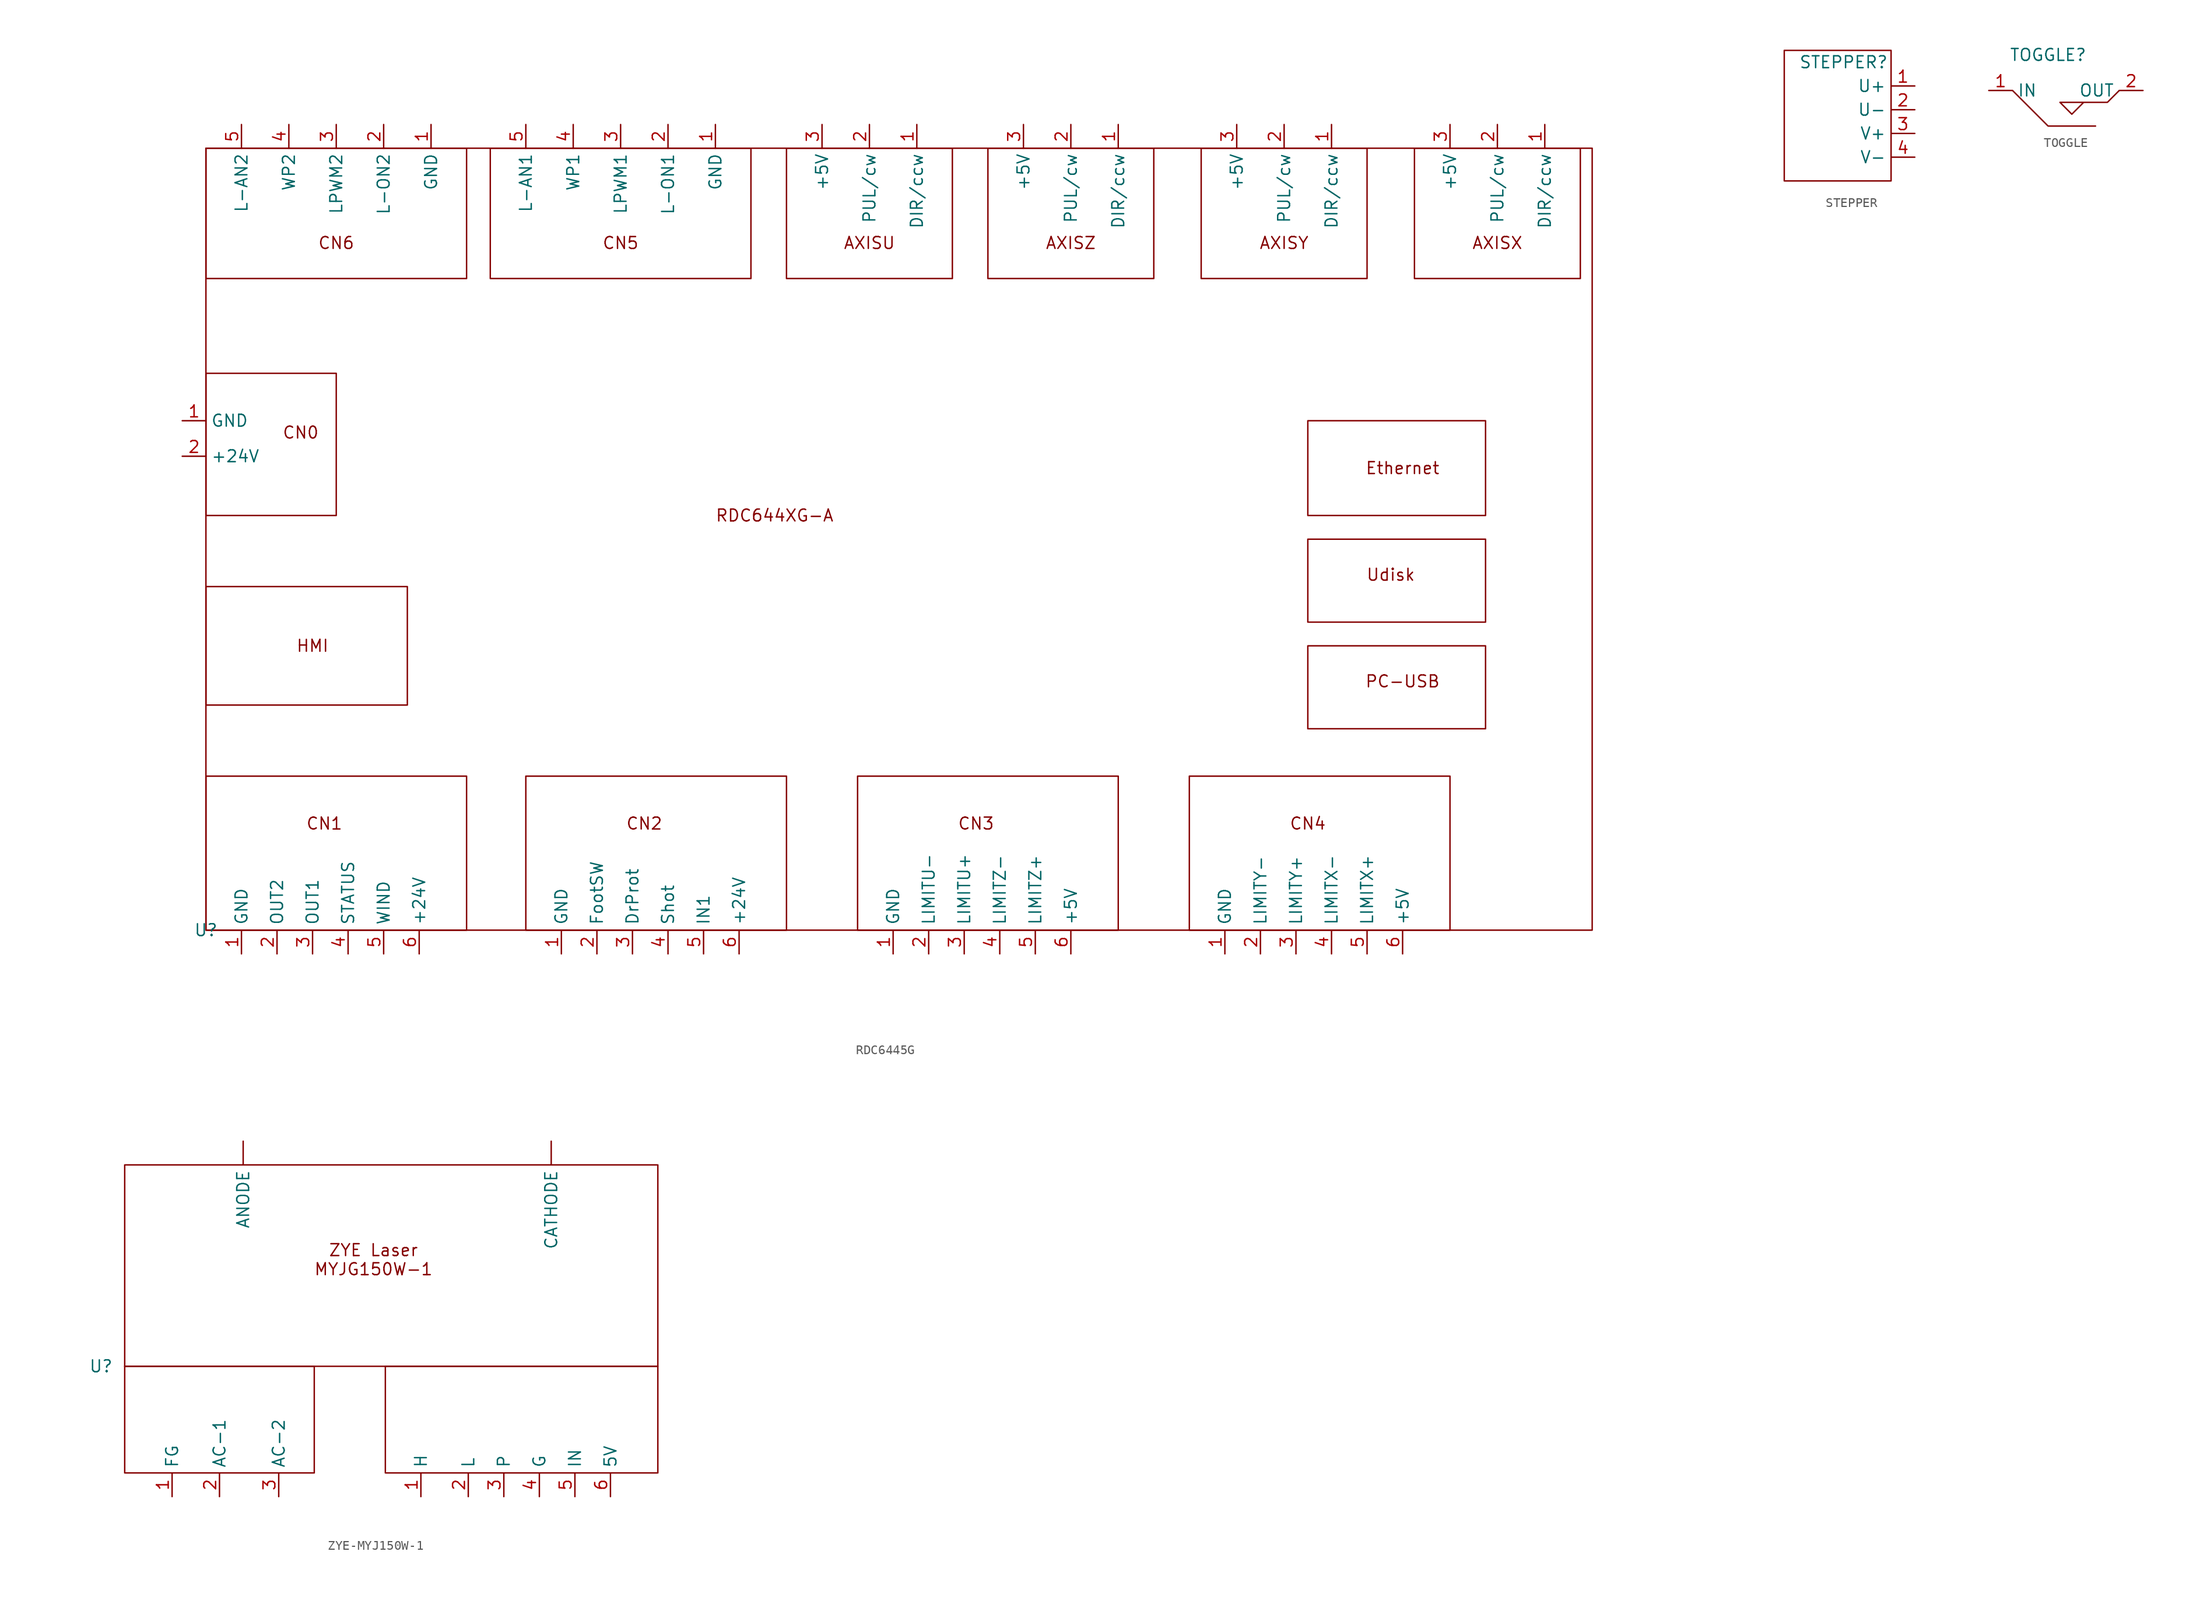
<source format=kicad_sym>
(kicad_symbol_lib
  (version 20220914)
  (generator kicad_symbol_editor)
  (symbol "RDC6445G"
    (property "Reference" "U"
      (at 0 0 0)
      (effects (font (size 1.27 1.27))))
    (property "Value" ""
      (at 0 0 0)
      (effects (font (size 1.27 1.27))))
    (symbol "RDC6445G_0_1"
      (rectangle (start 0 16.51) (end 27.94 0) (stroke (width 0) (type default)) (fill (type none)))
      (rectangle (start 0 36.83) (end 21.59 24.13) (stroke (width 0) (type default)) (fill (type none)))
      (rectangle (start 34.29 16.51) (end 62.23 0) (stroke (width 0) (type default)) (fill (type none)))
      (rectangle (start 69.85 16.51) (end 97.79 0) (stroke (width 0) (type default)) (fill (type none)))
      (rectangle (start 105.41 16.51) (end 133.35 0) (stroke (width 0) (type default)) (fill (type none))))
    (symbol "RDC6445G_1_1"
      (rectangle (start 0 59.69) (end 13.97 44.45) (stroke (width 0) (type default)) (fill (type none)))
      (rectangle (start 0 83.82) (end 27.94 69.85) (stroke (width 0) (type default)) (fill (type none)))
      (rectangle (start 0 83.82) (end 148.59 0) (stroke (width 0) (type default)) (fill (type none)))
      (rectangle (start 30.48 83.82) (end 58.42 69.85) (stroke (width 0) (type default)) (fill (type none)))
      (rectangle (start 62.23 83.82) (end 80.01 69.85) (stroke (width 0) (type default)) (fill (type none)))
      (rectangle (start 83.82 83.82) (end 101.6 69.85) (stroke (width 0) (type default)) (fill (type none)))
      (rectangle (start 106.68 83.82) (end 124.46 69.85) (stroke (width 0) (type default)) (fill (type none)))
      (rectangle (start 118.11 30.48) (end 137.16 21.59) (stroke (width 0) (type default)) (fill (type none)))
      (rectangle (start 118.11 41.91) (end 137.16 33.02) (stroke (width 0) (type default)) (fill (type none)))
      (rectangle (start 118.11 54.61) (end 137.16 44.45) (stroke (width 0) (type default)) (fill (type none)))
      (rectangle (start 129.54 83.82) (end 147.32 69.85) (stroke (width 0) (type default)) (fill (type none)))
      (text "AXISU" (at 71.12 73.66 0) (effects (font (size 1.27 1.27))))
      (text "AXISX" (at 138.43 73.66 0) (effects (font (size 1.27 1.27))))
      (text "AXISY" (at 115.57 73.66 0) (effects (font (size 1.27 1.27))))
      (text "AXISZ" (at 92.71 73.66 0) (effects (font (size 1.27 1.27))))
      (text "CN0" (at 10.16 53.34 0) (effects (font (size 1.27 1.27))))
      (text "CN1" (at 12.7 11.43 0) (effects (font (size 1.27 1.27))))
      (text "CN2" (at 46.99 11.43 0) (effects (font (size 1.27 1.27))))
      (text "CN3" (at 82.55 11.43 0) (effects (font (size 1.27 1.27))))
      (text "CN4" (at 118.11 11.43 0) (effects (font (size 1.27 1.27))))
      (text "CN5" (at 44.45 73.66 0) (effects (font (size 1.27 1.27))))
      (text "CN6" (at 13.97 73.66 0) (effects (font (size 1.27 1.27))))
      (text "Ethernet" (at 128.27 49.53 0) (effects (font (size 1.27 1.27))))
      (text "HMI" (at 11.43 30.48 0) (effects (font (size 1.27 1.27))))
      (text "PC-USB" (at 128.27 26.67 0) (effects (font (size 1.27 1.27))))
      (text "RDC644XG-A" (at 60.96 44.45 0) (effects (font (size 1.27 1.27))))
      (text "Udisk" (at 127 38.1 0) (effects (font (size 1.27 1.27))))
      (pin input line (at 76.2 86.36 270) (length 2.54) (name "DIR/ccw" (effects (font (size 1.27 1.27)))) (number "1" (effects (font (size 1.27 1.27)))))
      (pin input line (at 97.79 86.36 270) (length 2.54) (name "DIR/ccw" (effects (font (size 1.27 1.27)))) (number "1" (effects (font (size 1.27 1.27)))))
      (pin input line (at 120.65 86.36 270) (length 2.54) (name "DIR/ccw" (effects (font (size 1.27 1.27)))) (number "1" (effects (font (size 1.27 1.27)))))
      (pin input line (at 143.51 86.36 270) (length 2.54) (name "DIR/ccw" (effects (font (size 1.27 1.27)))) (number "1" (effects (font (size 1.27 1.27)))))
      (pin input line (at -2.54 54.61 0) (length 2.54) (name "GND" (effects (font (size 1.27 1.27)))) (number "1" (effects (font (size 1.27 1.27)))))
      (pin input line (at 3.81 -2.54 90) (length 2.54) (name "GND" (effects (font (size 1.27 1.27)))) (number "1" (effects (font (size 1.27 1.27)))))
      (pin input line (at 24.13 86.36 270) (length 2.54) (name "GND" (effects (font (size 1.27 1.27)))) (number "1" (effects (font (size 1.27 1.27)))))
      (pin input line (at 38.1 -2.54 90) (length 2.54) (name "GND" (effects (font (size 1.27 1.27)))) (number "1" (effects (font (size 1.27 1.27)))))
      (pin input line (at 54.61 86.36 270) (length 2.54) (name "GND" (effects (font (size 1.27 1.27)))) (number "1" (effects (font (size 1.27 1.27)))))
      (pin input line (at 73.66 -2.54 90) (length 2.54) (name "GND" (effects (font (size 1.27 1.27)))) (number "1" (effects (font (size 1.27 1.27)))))
      (pin input line (at 109.22 -2.54 90) (length 2.54) (name "GND" (effects (font (size 1.27 1.27)))) (number "1" (effects (font (size 1.27 1.27)))))
      (pin input line (at -2.54 50.8 0) (length 2.54) (name "+24V" (effects (font (size 1.27 1.27)))) (number "2" (effects (font (size 1.27 1.27)))))
      (pin input line (at 41.91 -2.54 90) (length 2.54) (name "FootSW" (effects (font (size 1.27 1.27)))) (number "2" (effects (font (size 1.27 1.27)))))
      (pin input line (at 49.53 86.36 270) (length 2.54) (name "L-ON1" (effects (font (size 1.27 1.27)))) (number "2" (effects (font (size 1.27 1.27)))))
      (pin input line (at 19.05 86.36 270) (length 2.54) (name "L-ON2" (effects (font (size 1.27 1.27)))) (number "2" (effects (font (size 1.27 1.27)))))
      (pin input line (at 77.47 -2.54 90) (length 2.54) (name "LIMITU-" (effects (font (size 1.27 1.27)))) (number "2" (effects (font (size 1.27 1.27)))))
      (pin input line (at 113.03 -2.54 90) (length 2.54) (name "LIMITY-" (effects (font (size 1.27 1.27)))) (number "2" (effects (font (size 1.27 1.27)))))
      (pin input line (at 7.62 -2.54 90) (length 2.54) (name "OUT2" (effects (font (size 1.27 1.27)))) (number "2" (effects (font (size 1.27 1.27)))))
      (pin input line (at 71.12 86.36 270) (length 2.54) (name "PUL/cw" (effects (font (size 1.27 1.27)))) (number "2" (effects (font (size 1.27 1.27)))))
      (pin input line (at 92.71 86.36 270) (length 2.54) (name "PUL/cw" (effects (font (size 1.27 1.27)))) (number "2" (effects (font (size 1.27 1.27)))))
      (pin input line (at 115.57 86.36 270) (length 2.54) (name "PUL/cw" (effects (font (size 1.27 1.27)))) (number "2" (effects (font (size 1.27 1.27)))))
      (pin input line (at 138.43 86.36 270) (length 2.54) (name "PUL/cw" (effects (font (size 1.27 1.27)))) (number "2" (effects (font (size 1.27 1.27)))))
      (pin input line (at 66.04 86.36 270) (length 2.54) (name "+5V" (effects (font (size 1.27 1.27)))) (number "3" (effects (font (size 1.27 1.27)))))
      (pin input line (at 87.63 86.36 270) (length 2.54) (name "+5V" (effects (font (size 1.27 1.27)))) (number "3" (effects (font (size 1.27 1.27)))))
      (pin input line (at 110.49 86.36 270) (length 2.54) (name "+5V" (effects (font (size 1.27 1.27)))) (number "3" (effects (font (size 1.27 1.27)))))
      (pin input line (at 133.35 86.36 270) (length 2.54) (name "+5V" (effects (font (size 1.27 1.27)))) (number "3" (effects (font (size 1.27 1.27)))))
      (pin input line (at 45.72 -2.54 90) (length 2.54) (name "DrProt" (effects (font (size 1.27 1.27)))) (number "3" (effects (font (size 1.27 1.27)))))
      (pin input line (at 81.28 -2.54 90) (length 2.54) (name "LIMITU+" (effects (font (size 1.27 1.27)))) (number "3" (effects (font (size 1.27 1.27)))))
      (pin input line (at 116.84 -2.54 90) (length 2.54) (name "LIMITY+" (effects (font (size 1.27 1.27)))) (number "3" (effects (font (size 1.27 1.27)))))
      (pin input line (at 44.45 86.36 270) (length 2.54) (name "LPWM1" (effects (font (size 1.27 1.27)))) (number "3" (effects (font (size 1.27 1.27)))))
      (pin input line (at 13.97 86.36 270) (length 2.54) (name "LPWM2" (effects (font (size 1.27 1.27)))) (number "3" (effects (font (size 1.27 1.27)))))
      (pin input line (at 11.43 -2.54 90) (length 2.54) (name "OUT1" (effects (font (size 1.27 1.27)))) (number "3" (effects (font (size 1.27 1.27)))))
      (pin input line (at 120.65 -2.54 90) (length 2.54) (name "LIMITX-" (effects (font (size 1.27 1.27)))) (number "4" (effects (font (size 1.27 1.27)))))
      (pin input line (at 85.09 -2.54 90) (length 2.54) (name "LIMITZ-" (effects (font (size 1.27 1.27)))) (number "4" (effects (font (size 1.27 1.27)))))
      (pin input line (at 15.24 -2.54 90) (length 2.54) (name "STATUS" (effects (font (size 1.27 1.27)))) (number "4" (effects (font (size 1.27 1.27)))))
      (pin input line (at 49.53 -2.54 90) (length 2.54) (name "Shot" (effects (font (size 1.27 1.27)))) (number "4" (effects (font (size 1.27 1.27)))))
      (pin input line (at 39.37 86.36 270) (length 2.54) (name "WP1" (effects (font (size 1.27 1.27)))) (number "4" (effects (font (size 1.27 1.27)))))
      (pin input line (at 8.89 86.36 270) (length 2.54) (name "WP2" (effects (font (size 1.27 1.27)))) (number "4" (effects (font (size 1.27 1.27)))))
      (pin input line (at 53.34 -2.54 90) (length 2.54) (name "IN1" (effects (font (size 1.27 1.27)))) (number "5" (effects (font (size 1.27 1.27)))))
      (pin input line (at 34.29 86.36 270) (length 2.54) (name "L-AN1" (effects (font (size 1.27 1.27)))) (number "5" (effects (font (size 1.27 1.27)))))
      (pin input line (at 3.81 86.36 270) (length 2.54) (name "L-AN2" (effects (font (size 1.27 1.27)))) (number "5" (effects (font (size 1.27 1.27)))))
      (pin input line (at 124.46 -2.54 90) (length 2.54) (name "LIMITX+" (effects (font (size 1.27 1.27)))) (number "5" (effects (font (size 1.27 1.27)))))
      (pin input line (at 88.9 -2.54 90) (length 2.54) (name "LIMITZ+" (effects (font (size 1.27 1.27)))) (number "5" (effects (font (size 1.27 1.27)))))
      (pin input line (at 19.05 -2.54 90) (length 2.54) (name "WIND" (effects (font (size 1.27 1.27)))) (number "5" (effects (font (size 1.27 1.27)))))
      (pin input line (at 22.86 -2.54 90) (length 2.54) (name "+24V" (effects (font (size 1.27 1.27)))) (number "6" (effects (font (size 1.27 1.27)))))
      (pin input line (at 57.15 -2.54 90) (length 2.54) (name "+24V" (effects (font (size 1.27 1.27)))) (number "6" (effects (font (size 1.27 1.27)))))
      (pin input line (at 92.71 -2.54 90) (length 2.54) (name "+5V" (effects (font (size 1.27 1.27)))) (number "6" (effects (font (size 1.27 1.27)))))
      (pin input line (at 128.27 -2.54 90) (length 2.54) (name "+5V" (effects (font (size 1.27 1.27)))) (number "6" (effects (font (size 1.27 1.27)))))))
  (symbol "STEPPER"
    (property "Reference" "STEPPER"
      (at 0 6.35 0)
      (effects (font (size 1.27 1.27))))
    (property "Value" ""
      (at 1.27 6.35 0)
      (effects (font (size 1.27 1.27))))
    (symbol "STEPPER_0_1"
      (rectangle (start -6.35 7.62) (end 5.08 -6.35) (stroke (width 0) (type default)) (fill (type none))))
    (symbol "STEPPER_1_1"
      (pin input line (at 7.62 3.81 180) (length 2.54) (name "U+" (effects (font (size 1.27 1.27)))) (number "1" (effects (font (size 1.27 1.27)))))
      (pin input line (at 7.62 1.27 180) (length 2.54) (name "U-" (effects (font (size 1.27 1.27)))) (number "2" (effects (font (size 1.27 1.27)))))
      (pin input line (at 7.62 -1.27 180) (length 2.54) (name "V+" (effects (font (size 1.27 1.27)))) (number "3" (effects (font (size 1.27 1.27)))))
      (pin input line (at 7.62 -3.81 180) (length 2.54) (name "V-" (effects (font (size 1.27 1.27)))) (number "4" (effects (font (size 1.27 1.27)))))))
  (symbol "TOGGLE"
    (property "Reference" "TOGGLE"
      (at 0 0 0)
      (effects (font (size 1.27 1.27))))
    (property "Value" ""
      (at 0 0 0)
      (effects (font (size 1.27 1.27))))
    (symbol "TOGGLE_0_1"
      (polyline (pts (xy -3.81 -3.81) (xy 0 -7.62) (xy 5.08 -7.62)) (stroke (width 0) (type default)) (fill (type none)))
      (polyline (pts (xy 7.62 -3.81) (xy 6.35 -5.08) (xy 1.27 -5.08) (xy 2.54 -6.35) (xy 3.81 -5.08)) (stroke (width 0) (type default)) (fill (type none))))
    (symbol "TOGGLE_1_1"
      (pin power_in line (at -6.35 -3.81 0) (length 2.54) (name "IN" (effects (font (size 1.27 1.27)))) (number "1" (effects (font (size 1.27 1.27)))))
      (pin power_out line (at 10.16 -3.81 180) (length 2.54) (name "OUT" (effects (font (size 1.27 1.27)))) (number "2" (effects (font (size 1.27 1.27)))))))
  (symbol "ZYE-MYJ150W-1"
    (property "Reference" "U"
      (at -1.27 0 0)
      (effects (font (size 1.27 1.27))))
    (property "Value" ""
      (at 0 0 0)
      (effects (font (size 1.27 1.27))))
    (symbol "ZYE-MYJ150W-1_0_1"
      (rectangle (start 1.27 0) (end 21.59 -11.43) (stroke (width 0) (type default)) (fill (type none)))
      (rectangle (start 1.27 21.59) (end 58.42 0) (stroke (width 0) (type default)) (fill (type none)))
      (rectangle (start 29.21 0) (end 58.42 -11.43) (stroke (width 0) (type default)) (fill (type none))))
    (symbol "ZYE-MYJ150W-1_1_1"
      (text "ZYE Laser\nMYJG150W-1" (at 27.94 11.43 0) (effects (font (size 1.27 1.27))))
      (pin power_out line (at 13.97 24.13 270) (length 2.54) (name "ANODE" (effects (font (size 1.27 1.27)))) (number "" (effects (font (size 1.27 1.27)))))
      (pin power_out line (at 46.99 24.13 270) (length 2.54) (name "CATHODE" (effects (font (size 1.27 1.27)))) (number "" (effects (font (size 1.27 1.27)))))
      (pin input line (at 6.35 -13.97 90) (length 2.54) (name "FG" (effects (font (size 1.27 1.27)))) (number "1" (effects (font (size 1.27 1.27)))))
      (pin input line (at 33.02 -13.97 90) (length 2.54) (name "H" (effects (font (size 1.27 1.27)))) (number "1" (effects (font (size 1.27 1.27)))))
      (pin input line (at 11.43 -13.97 90) (length 2.54) (name "AC-1" (effects (font (size 1.27 1.27)))) (number "2" (effects (font (size 1.27 1.27)))))
      (pin input line (at 38.1 -13.97 90) (length 2.54) (name "L" (effects (font (size 1.27 1.27)))) (number "2" (effects (font (size 1.27 1.27)))))
      (pin input line (at 17.78 -13.97 90) (length 2.54) (name "AC-2" (effects (font (size 1.27 1.27)))) (number "3" (effects (font (size 1.27 1.27)))))
      (pin input line (at 41.91 -13.97 90) (length 2.54) (name "P" (effects (font (size 1.27 1.27)))) (number "3" (effects (font (size 1.27 1.27)))))
      (pin input line (at 45.72 -13.97 90) (length 2.54) (name "G" (effects (font (size 1.27 1.27)))) (number "4" (effects (font (size 1.27 1.27)))))
      (pin input line (at 49.53 -13.97 90) (length 2.54) (name "IN" (effects (font (size 1.27 1.27)))) (number "5" (effects (font (size 1.27 1.27)))))
      (pin input line (at 53.34 -13.97 90) (length 2.54) (name "5V" (effects (font (size 1.27 1.27)))) (number "6" (effects (font (size 1.27 1.27))))))))
</source>
